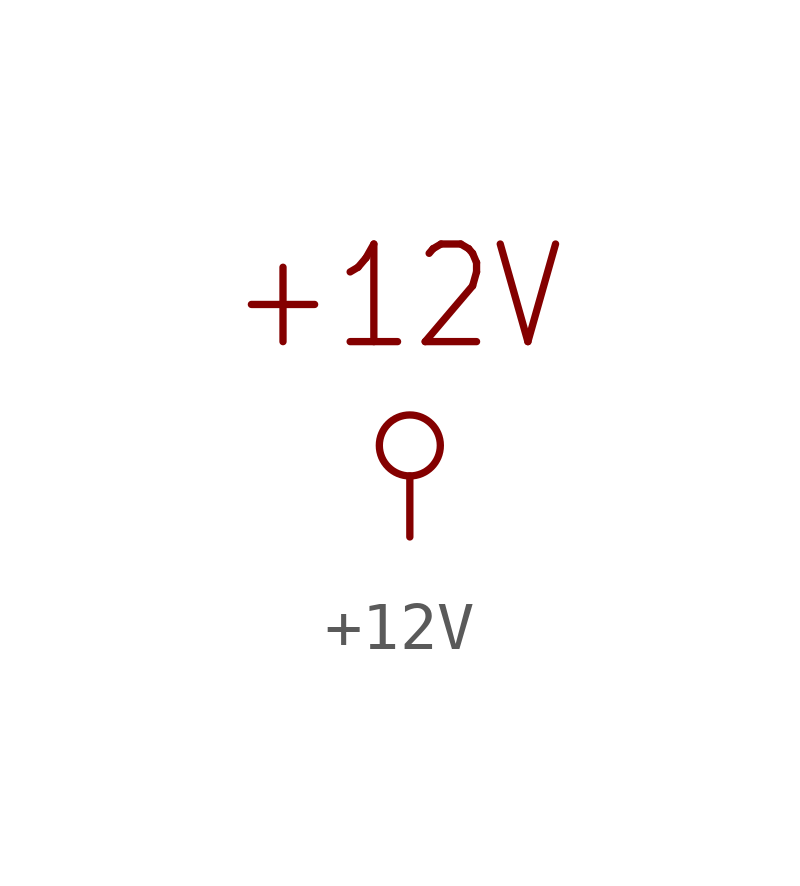
<source format=kicad_sym>
(kicad_symbol_lib
  (version 20241209)
  (generator "kicad_symbol_editor")
  (generator_version "9.0")
  (symbol "+12V"
    (power)
    (property "Reference" ""
      (at 0 0 0)
      (effects (font (size 1.27 1.27)) (hide yes)))
    (property "ki_locked" ""
      (at 0 0 0)
      (effects (font (size 1.27 1.27))))
    (symbol "+12V_1_0"
      (text "+12V" (at -3.81 1.27 0) (effects (font (size 2.032 1.727)) (justify left bottom)))
      (pin power_in inverted (at 0 -2.54 90) (length 2.54) (name "+12V" (effects (font (size 0 0)))) (number "1" (effects (font (size 0 0))))))))
</source>
